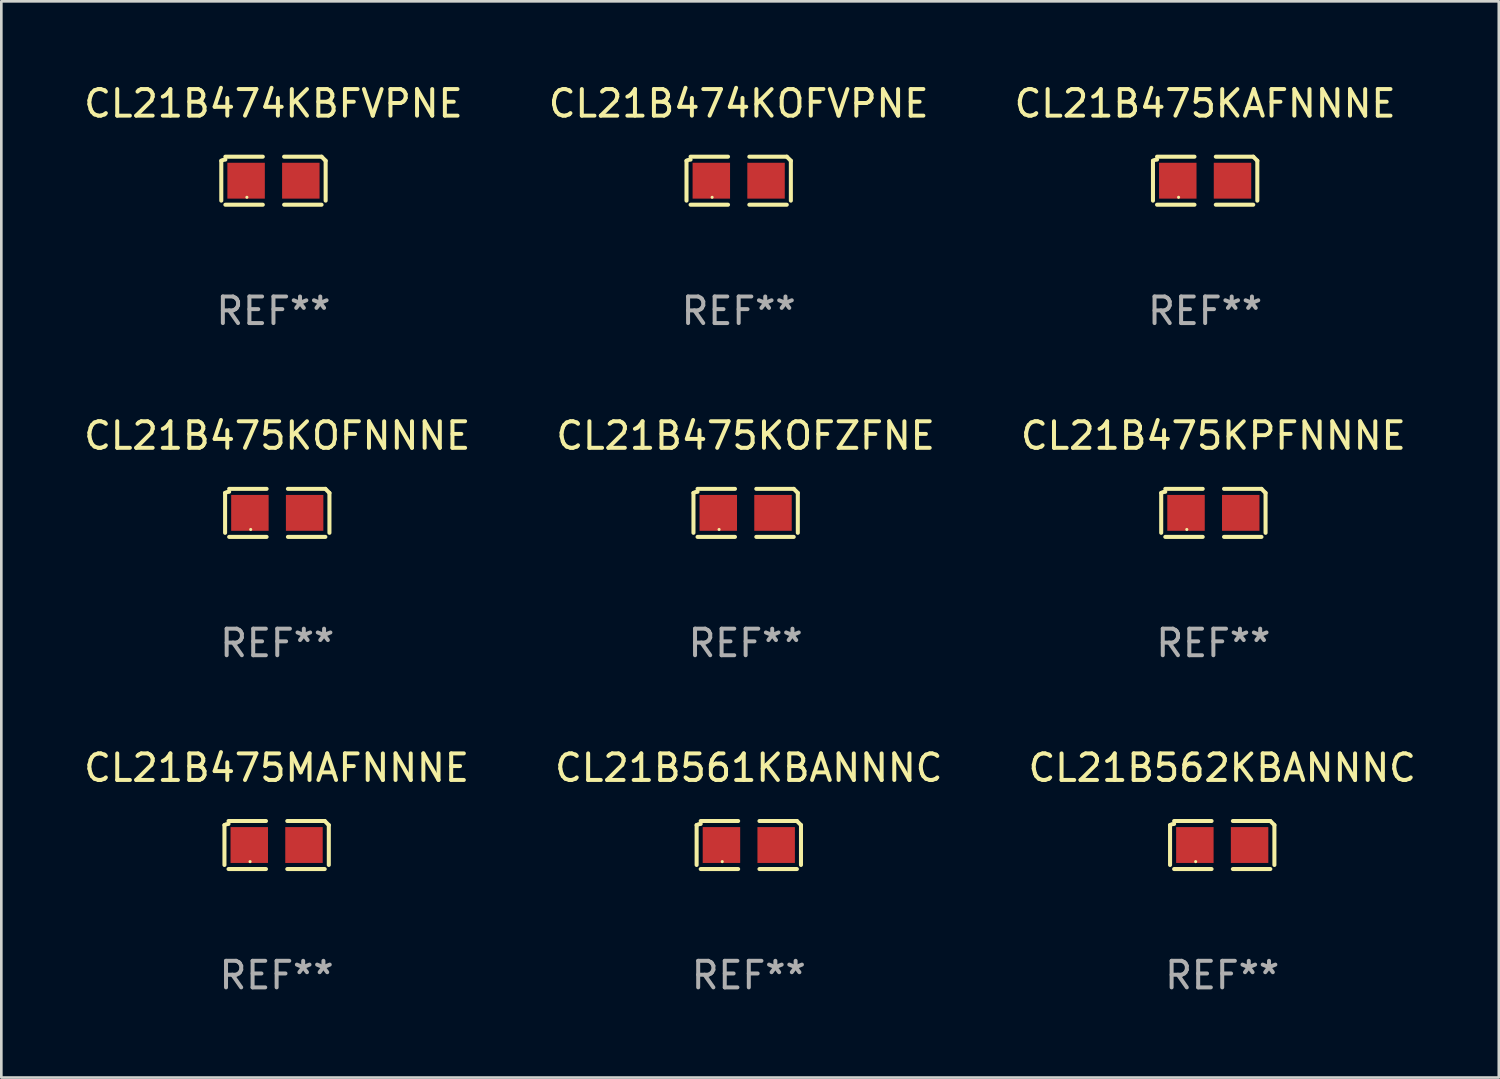
<source format=kicad_pcb>
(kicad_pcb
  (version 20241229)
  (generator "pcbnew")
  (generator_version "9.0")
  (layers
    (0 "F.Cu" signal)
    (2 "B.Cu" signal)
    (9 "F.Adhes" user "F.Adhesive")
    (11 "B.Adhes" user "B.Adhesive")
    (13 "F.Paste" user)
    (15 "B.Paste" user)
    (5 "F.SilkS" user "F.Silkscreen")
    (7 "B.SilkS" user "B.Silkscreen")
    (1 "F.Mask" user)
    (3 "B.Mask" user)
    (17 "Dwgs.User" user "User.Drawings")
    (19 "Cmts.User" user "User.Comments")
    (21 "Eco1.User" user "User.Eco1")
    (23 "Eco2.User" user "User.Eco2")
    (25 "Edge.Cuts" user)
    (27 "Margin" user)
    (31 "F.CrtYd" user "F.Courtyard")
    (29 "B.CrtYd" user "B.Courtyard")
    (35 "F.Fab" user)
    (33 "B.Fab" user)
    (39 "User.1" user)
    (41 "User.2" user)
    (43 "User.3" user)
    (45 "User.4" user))
  (footprint "CL21B562KBANNNC"
    (layer "F.Cu")
    (at 42.958 28.759)
    (property "Reference" "CL21B562KBANNNC" (at 0 -2.904 0) (layer "F.SilkS") (effects (font (size 1 1) (thickness 0.15))))
    (attr through_hole)
    (fp_line (start -1.964 0.751) (end -1.964 -0.751) (stroke (width 0.152) (type solid)) (layer "F.SilkS"))
    (fp_line (start -1.811 -0.904) (end -0.401 -0.904) (stroke (width 0.152) (type solid)) (layer "F.SilkS"))
    (fp_line (start -0.401 0.904) (end -1.811 0.904) (stroke (width 0.152) (type solid)) (layer "F.SilkS"))
    (fp_line (start 0.401 0.904) (end 1.811 0.904) (stroke (width 0.152) (type solid)) (layer "F.SilkS"))
    (fp_line (start 1.811 -0.904) (end 0.401 -0.904) (stroke (width 0.152) (type solid)) (layer "F.SilkS"))
    (fp_line (start 1.964 0.751) (end 1.964 -0.751) (stroke (width 0.152) (type solid)) (layer "F.SilkS"))
    (fp_arc (start -1.963602 -0.751207) (mid -1.890354 -0.783131) (end -1.811201 -0.794044) (stroke (width 0.1524) (type solid)) (layer "F.SilkS"))
    (fp_arc (start 1.811202 -0.903607) (mid 1.887413 -0.827418) (end 1.963602 -0.751207) (stroke (width 0.1524) (type solid)) (layer "F.SilkS"))
    (fp_circle (center -1 0.625) (end -0.97 0.625) (stroke (width 0.06) (type solid)) (fill no) (layer "F.SilkS"))
    (fp_text user "REF**" (at 0 4.904 0) (layer "F.Fab") (effects (font (size 1 1) (thickness 0.15))))
    (pad "1" smd rect (at -1.03 0) (size 1.41 1.35) (layers "F.Cu" "F.Mask" "F.Paste"))
    (pad "2" smd rect (at 1.03 0) (size 1.41 1.35) (layers "F.Cu" "F.Mask" "F.Paste")))
  (footprint "CL21B475KAFNNNE"
    (layer "F.Cu")
    (at 42.315 3.752)
    (property "Reference" "CL21B475KAFNNNE" (at 0 -2.904 0) (layer "F.SilkS") (effects (font (size 1 1) (thickness 0.15))))
    (attr through_hole)
    (fp_line (start -1.964 0.751) (end -1.964 -0.751) (stroke (width 0.152) (type solid)) (layer "F.SilkS"))
    (fp_line (start -1.811 -0.904) (end -0.401 -0.904) (stroke (width 0.152) (type solid)) (layer "F.SilkS"))
    (fp_line (start -0.401 0.904) (end -1.811 0.904) (stroke (width 0.152) (type solid)) (layer "F.SilkS"))
    (fp_line (start 0.401 0.904) (end 1.811 0.904) (stroke (width 0.152) (type solid)) (layer "F.SilkS"))
    (fp_line (start 1.811 -0.904) (end 0.401 -0.904) (stroke (width 0.152) (type solid)) (layer "F.SilkS"))
    (fp_line (start 1.964 0.751) (end 1.964 -0.751) (stroke (width 0.152) (type solid)) (layer "F.SilkS"))
    (fp_arc (start -1.963602 -0.751207) (mid -1.890354 -0.783131) (end -1.811201 -0.794044) (stroke (width 0.1524) (type solid)) (layer "F.SilkS"))
    (fp_arc (start 1.811202 -0.903607) (mid 1.887413 -0.827418) (end 1.963602 -0.751207) (stroke (width 0.1524) (type solid)) (layer "F.SilkS"))
    (fp_circle (center -1 0.625) (end -0.97 0.625) (stroke (width 0.06) (type solid)) (fill no) (layer "F.SilkS"))
    (fp_text user "REF**" (at 0 4.904 0) (layer "F.Fab") (effects (font (size 1 1) (thickness 0.15))))
    (pad "1" smd rect (at -1.03 0) (size 1.41 1.35) (layers "F.Cu" "F.Mask" "F.Paste"))
    (pad "2" smd rect (at 1.03 0) (size 1.41 1.35) (layers "F.Cu" "F.Mask" "F.Paste")))
  (footprint "CL21B475KOFNNNE"
    (layer "F.Cu")
    (at 7.387 16.256)
    (property "Reference" "CL21B475KOFNNNE" (at 0 -2.904 0) (layer "F.SilkS") (effects (font (size 1 1) (thickness 0.15))))
    (attr through_hole)
    (fp_line (start -1.964 0.751) (end -1.964 -0.751) (stroke (width 0.152) (type solid)) (layer "F.SilkS"))
    (fp_line (start -1.811 -0.904) (end -0.401 -0.904) (stroke (width 0.152) (type solid)) (layer "F.SilkS"))
    (fp_line (start -0.401 0.904) (end -1.811 0.904) (stroke (width 0.152) (type solid)) (layer "F.SilkS"))
    (fp_line (start 0.401 0.904) (end 1.811 0.904) (stroke (width 0.152) (type solid)) (layer "F.SilkS"))
    (fp_line (start 1.811 -0.904) (end 0.401 -0.904) (stroke (width 0.152) (type solid)) (layer "F.SilkS"))
    (fp_line (start 1.964 0.751) (end 1.964 -0.751) (stroke (width 0.152) (type solid)) (layer "F.SilkS"))
    (fp_arc (start -1.963602 -0.751207) (mid -1.890354 -0.783131) (end -1.811201 -0.794044) (stroke (width 0.1524) (type solid)) (layer "F.SilkS"))
    (fp_arc (start 1.811202 -0.903607) (mid 1.887413 -0.827418) (end 1.963602 -0.751207) (stroke (width 0.1524) (type solid)) (layer "F.SilkS"))
    (fp_circle (center -1 0.625) (end -0.97 0.625) (stroke (width 0.06) (type solid)) (fill no) (layer "F.SilkS"))
    (fp_text user "REF**" (at 0 4.904 0) (layer "F.Fab") (effects (font (size 1 1) (thickness 0.15))))
    (pad "1" smd rect (at -1.03 0) (size 1.41 1.35) (layers "F.Cu" "F.Mask" "F.Paste"))
    (pad "2" smd rect (at 1.03 0) (size 1.41 1.35) (layers "F.Cu" "F.Mask" "F.Paste")))
  (footprint "CL21B474KBFVPNE"
    (layer "F.Cu")
    (at 7.244 3.752)
    (property "Reference" "CL21B474KBFVPNE" (at 0 -2.904 0) (layer "F.SilkS") (effects (font (size 1 1) (thickness 0.15))))
    (attr through_hole)
    (fp_line (start -1.964 0.751) (end -1.964 -0.751) (stroke (width 0.152) (type solid)) (layer "F.SilkS"))
    (fp_line (start -1.811 -0.904) (end -0.401 -0.904) (stroke (width 0.152) (type solid)) (layer "F.SilkS"))
    (fp_line (start -0.401 0.904) (end -1.811 0.904) (stroke (width 0.152) (type solid)) (layer "F.SilkS"))
    (fp_line (start 0.401 0.904) (end 1.811 0.904) (stroke (width 0.152) (type solid)) (layer "F.SilkS"))
    (fp_line (start 1.811 -0.904) (end 0.401 -0.904) (stroke (width 0.152) (type solid)) (layer "F.SilkS"))
    (fp_line (start 1.964 0.751) (end 1.964 -0.751) (stroke (width 0.152) (type solid)) (layer "F.SilkS"))
    (fp_arc (start -1.963602 -0.751207) (mid -1.890354 -0.783131) (end -1.811201 -0.794044) (stroke (width 0.1524) (type solid)) (layer "F.SilkS"))
    (fp_arc (start 1.811202 -0.903607) (mid 1.887413 -0.827418) (end 1.963602 -0.751207) (stroke (width 0.1524) (type solid)) (layer "F.SilkS"))
    (fp_circle (center -1 0.625) (end -0.97 0.625) (stroke (width 0.06) (type solid)) (fill no) (layer "F.SilkS"))
    (fp_text user "REF**" (at 0 4.904 0) (layer "F.Fab") (effects (font (size 1 1) (thickness 0.15))))
    (pad "1" smd rect (at -1.03 0) (size 1.41 1.35) (layers "F.Cu" "F.Mask" "F.Paste"))
    (pad "2" smd rect (at 1.03 0) (size 1.41 1.35) (layers "F.Cu" "F.Mask" "F.Paste")))
  (footprint "CL21B475KOFZFNE"
    (layer "F.Cu")
    (at 25.018 16.256)
    (property "Reference" "CL21B475KOFZFNE" (at 0 -2.904 0) (layer "F.SilkS") (effects (font (size 1 1) (thickness 0.15))))
    (attr through_hole)
    (fp_line (start -1.964 0.751) (end -1.964 -0.751) (stroke (width 0.152) (type solid)) (layer "F.SilkS"))
    (fp_line (start -1.811 -0.904) (end -0.401 -0.904) (stroke (width 0.152) (type solid)) (layer "F.SilkS"))
    (fp_line (start -0.401 0.904) (end -1.811 0.904) (stroke (width 0.152) (type solid)) (layer "F.SilkS"))
    (fp_line (start 0.401 0.904) (end 1.811 0.904) (stroke (width 0.152) (type solid)) (layer "F.SilkS"))
    (fp_line (start 1.811 -0.904) (end 0.401 -0.904) (stroke (width 0.152) (type solid)) (layer "F.SilkS"))
    (fp_line (start 1.964 0.751) (end 1.964 -0.751) (stroke (width 0.152) (type solid)) (layer "F.SilkS"))
    (fp_arc (start -1.963602 -0.751207) (mid -1.890354 -0.783131) (end -1.811201 -0.794044) (stroke (width 0.1524) (type solid)) (layer "F.SilkS"))
    (fp_arc (start 1.811202 -0.903607) (mid 1.887413 -0.827418) (end 1.963602 -0.751207) (stroke (width 0.1524) (type solid)) (layer "F.SilkS"))
    (fp_circle (center -1 0.625) (end -0.97 0.625) (stroke (width 0.06) (type solid)) (fill no) (layer "F.SilkS"))
    (fp_text user "REF**" (at 0 4.904 0) (layer "F.Fab") (effects (font (size 1 1) (thickness 0.15))))
    (pad "1" smd rect (at -1.03 0) (size 1.41 1.35) (layers "F.Cu" "F.Mask" "F.Paste"))
    (pad "2" smd rect (at 1.03 0) (size 1.41 1.35) (layers "F.Cu" "F.Mask" "F.Paste")))
  (footprint "CL21B561KBANNNC"
    (layer "F.Cu")
    (at 25.137 28.759)
    (property "Reference" "CL21B561KBANNNC" (at 0 -2.904 0) (layer "F.SilkS") (effects (font (size 1 1) (thickness 0.15))))
    (attr through_hole)
    (fp_line (start -1.964 0.751) (end -1.964 -0.751) (stroke (width 0.152) (type solid)) (layer "F.SilkS"))
    (fp_line (start -1.811 -0.904) (end -0.401 -0.904) (stroke (width 0.152) (type solid)) (layer "F.SilkS"))
    (fp_line (start -0.401 0.904) (end -1.811 0.904) (stroke (width 0.152) (type solid)) (layer "F.SilkS"))
    (fp_line (start 0.401 0.904) (end 1.811 0.904) (stroke (width 0.152) (type solid)) (layer "F.SilkS"))
    (fp_line (start 1.811 -0.904) (end 0.401 -0.904) (stroke (width 0.152) (type solid)) (layer "F.SilkS"))
    (fp_line (start 1.964 0.751) (end 1.964 -0.751) (stroke (width 0.152) (type solid)) (layer "F.SilkS"))
    (fp_arc (start -1.963602 -0.751207) (mid -1.890354 -0.783131) (end -1.811201 -0.794044) (stroke (width 0.1524) (type solid)) (layer "F.SilkS"))
    (fp_arc (start 1.811202 -0.903607) (mid 1.887413 -0.827418) (end 1.963602 -0.751207) (stroke (width 0.1524) (type solid)) (layer "F.SilkS"))
    (fp_circle (center -1 0.625) (end -0.97 0.625) (stroke (width 0.06) (type solid)) (fill no) (layer "F.SilkS"))
    (fp_text user "REF**" (at 0 4.904 0) (layer "F.Fab") (effects (font (size 1 1) (thickness 0.15))))
    (pad "1" smd rect (at -1.03 0) (size 1.41 1.35) (layers "F.Cu" "F.Mask" "F.Paste"))
    (pad "2" smd rect (at 1.03 0) (size 1.41 1.35) (layers "F.Cu" "F.Mask" "F.Paste")))
  (footprint "CL21B475KPFNNNE"
    (layer "F.Cu")
    (at 42.625 16.256)
    (property "Reference" "CL21B475KPFNNNE" (at 0 -2.904 0) (layer "F.SilkS") (effects (font (size 1 1) (thickness 0.15))))
    (attr through_hole)
    (fp_line (start -1.964 0.751) (end -1.964 -0.751) (stroke (width 0.152) (type solid)) (layer "F.SilkS"))
    (fp_line (start -1.811 -0.904) (end -0.401 -0.904) (stroke (width 0.152) (type solid)) (layer "F.SilkS"))
    (fp_line (start -0.401 0.904) (end -1.811 0.904) (stroke (width 0.152) (type solid)) (layer "F.SilkS"))
    (fp_line (start 0.401 0.904) (end 1.811 0.904) (stroke (width 0.152) (type solid)) (layer "F.SilkS"))
    (fp_line (start 1.811 -0.904) (end 0.401 -0.904) (stroke (width 0.152) (type solid)) (layer "F.SilkS"))
    (fp_line (start 1.964 0.751) (end 1.964 -0.751) (stroke (width 0.152) (type solid)) (layer "F.SilkS"))
    (fp_arc (start -1.963602 -0.751207) (mid -1.890354 -0.783131) (end -1.811201 -0.794044) (stroke (width 0.1524) (type solid)) (layer "F.SilkS"))
    (fp_arc (start 1.811202 -0.903607) (mid 1.887413 -0.827418) (end 1.963602 -0.751207) (stroke (width 0.1524) (type solid)) (layer "F.SilkS"))
    (fp_circle (center -1 0.625) (end -0.97 0.625) (stroke (width 0.06) (type solid)) (fill no) (layer "F.SilkS"))
    (fp_text user "REF**" (at 0 4.904 0) (layer "F.Fab") (effects (font (size 1 1) (thickness 0.15))))
    (pad "1" smd rect (at -1.03 0) (size 1.41 1.35) (layers "F.Cu" "F.Mask" "F.Paste"))
    (pad "2" smd rect (at 1.03 0) (size 1.41 1.35) (layers "F.Cu" "F.Mask" "F.Paste")))
  (footprint "CL21B474KOFVPNE"
    (layer "F.Cu")
    (at 24.756 3.752)
    (property "Reference" "CL21B474KOFVPNE" (at 0 -2.904 0) (layer "F.SilkS") (effects (font (size 1 1) (thickness 0.15))))
    (attr through_hole)
    (fp_line (start -1.964 0.751) (end -1.964 -0.751) (stroke (width 0.152) (type solid)) (layer "F.SilkS"))
    (fp_line (start -1.811 -0.904) (end -0.401 -0.904) (stroke (width 0.152) (type solid)) (layer "F.SilkS"))
    (fp_line (start -0.401 0.904) (end -1.811 0.904) (stroke (width 0.152) (type solid)) (layer "F.SilkS"))
    (fp_line (start 0.401 0.904) (end 1.811 0.904) (stroke (width 0.152) (type solid)) (layer "F.SilkS"))
    (fp_line (start 1.811 -0.904) (end 0.401 -0.904) (stroke (width 0.152) (type solid)) (layer "F.SilkS"))
    (fp_line (start 1.964 0.751) (end 1.964 -0.751) (stroke (width 0.152) (type solid)) (layer "F.SilkS"))
    (fp_arc (start -1.963602 -0.751207) (mid -1.890354 -0.783131) (end -1.811201 -0.794044) (stroke (width 0.1524) (type solid)) (layer "F.SilkS"))
    (fp_arc (start 1.811202 -0.903607) (mid 1.887413 -0.827418) (end 1.963602 -0.751207) (stroke (width 0.1524) (type solid)) (layer "F.SilkS"))
    (fp_circle (center -1 0.625) (end -0.97 0.625) (stroke (width 0.06) (type solid)) (fill no) (layer "F.SilkS"))
    (fp_text user "REF**" (at 0 4.904 0) (layer "F.Fab") (effects (font (size 1 1) (thickness 0.15))))
    (pad "1" smd rect (at -1.03 0) (size 1.41 1.35) (layers "F.Cu" "F.Mask" "F.Paste"))
    (pad "2" smd rect (at 1.03 0) (size 1.41 1.35) (layers "F.Cu" "F.Mask" "F.Paste")))
  (footprint "CL21B475MAFNNNE"
    (layer "F.Cu")
    (at 7.363 28.759)
    (property "Reference" "CL21B475MAFNNNE" (at 0 -2.904 0) (layer "F.SilkS") (effects (font (size 1 1) (thickness 0.15))))
    (attr through_hole)
    (fp_line (start -1.964 0.751) (end -1.964 -0.751) (stroke (width 0.152) (type solid)) (layer "F.SilkS"))
    (fp_line (start -1.811 -0.904) (end -0.401 -0.904) (stroke (width 0.152) (type solid)) (layer "F.SilkS"))
    (fp_line (start -0.401 0.904) (end -1.811 0.904) (stroke (width 0.152) (type solid)) (layer "F.SilkS"))
    (fp_line (start 0.401 0.904) (end 1.811 0.904) (stroke (width 0.152) (type solid)) (layer "F.SilkS"))
    (fp_line (start 1.811 -0.904) (end 0.401 -0.904) (stroke (width 0.152) (type solid)) (layer "F.SilkS"))
    (fp_line (start 1.964 0.751) (end 1.964 -0.751) (stroke (width 0.152) (type solid)) (layer "F.SilkS"))
    (fp_arc (start -1.963602 -0.751207) (mid -1.890354 -0.783131) (end -1.811201 -0.794044) (stroke (width 0.1524) (type solid)) (layer "F.SilkS"))
    (fp_arc (start 1.811202 -0.903607) (mid 1.887413 -0.827418) (end 1.963602 -0.751207) (stroke (width 0.1524) (type solid)) (layer "F.SilkS"))
    (fp_circle (center -1 0.625) (end -0.97 0.625) (stroke (width 0.06) (type solid)) (fill no) (layer "F.SilkS"))
    (fp_text user "REF**" (at 0 4.904 0) (layer "F.Fab") (effects (font (size 1 1) (thickness 0.15))))
    (pad "1" smd rect (at -1.03 0) (size 1.41 1.35) (layers "F.Cu" "F.Mask" "F.Paste"))
    (pad "2" smd rect (at 1.03 0) (size 1.41 1.35) (layers "F.Cu" "F.Mask" "F.Paste")))
  (gr_rect
    (start -3 -3)
    (end 53.369 37.511)
    (stroke (width 0.1) (type default))
    (fill no)
    (layer "Edge.Cuts")))
</source>
